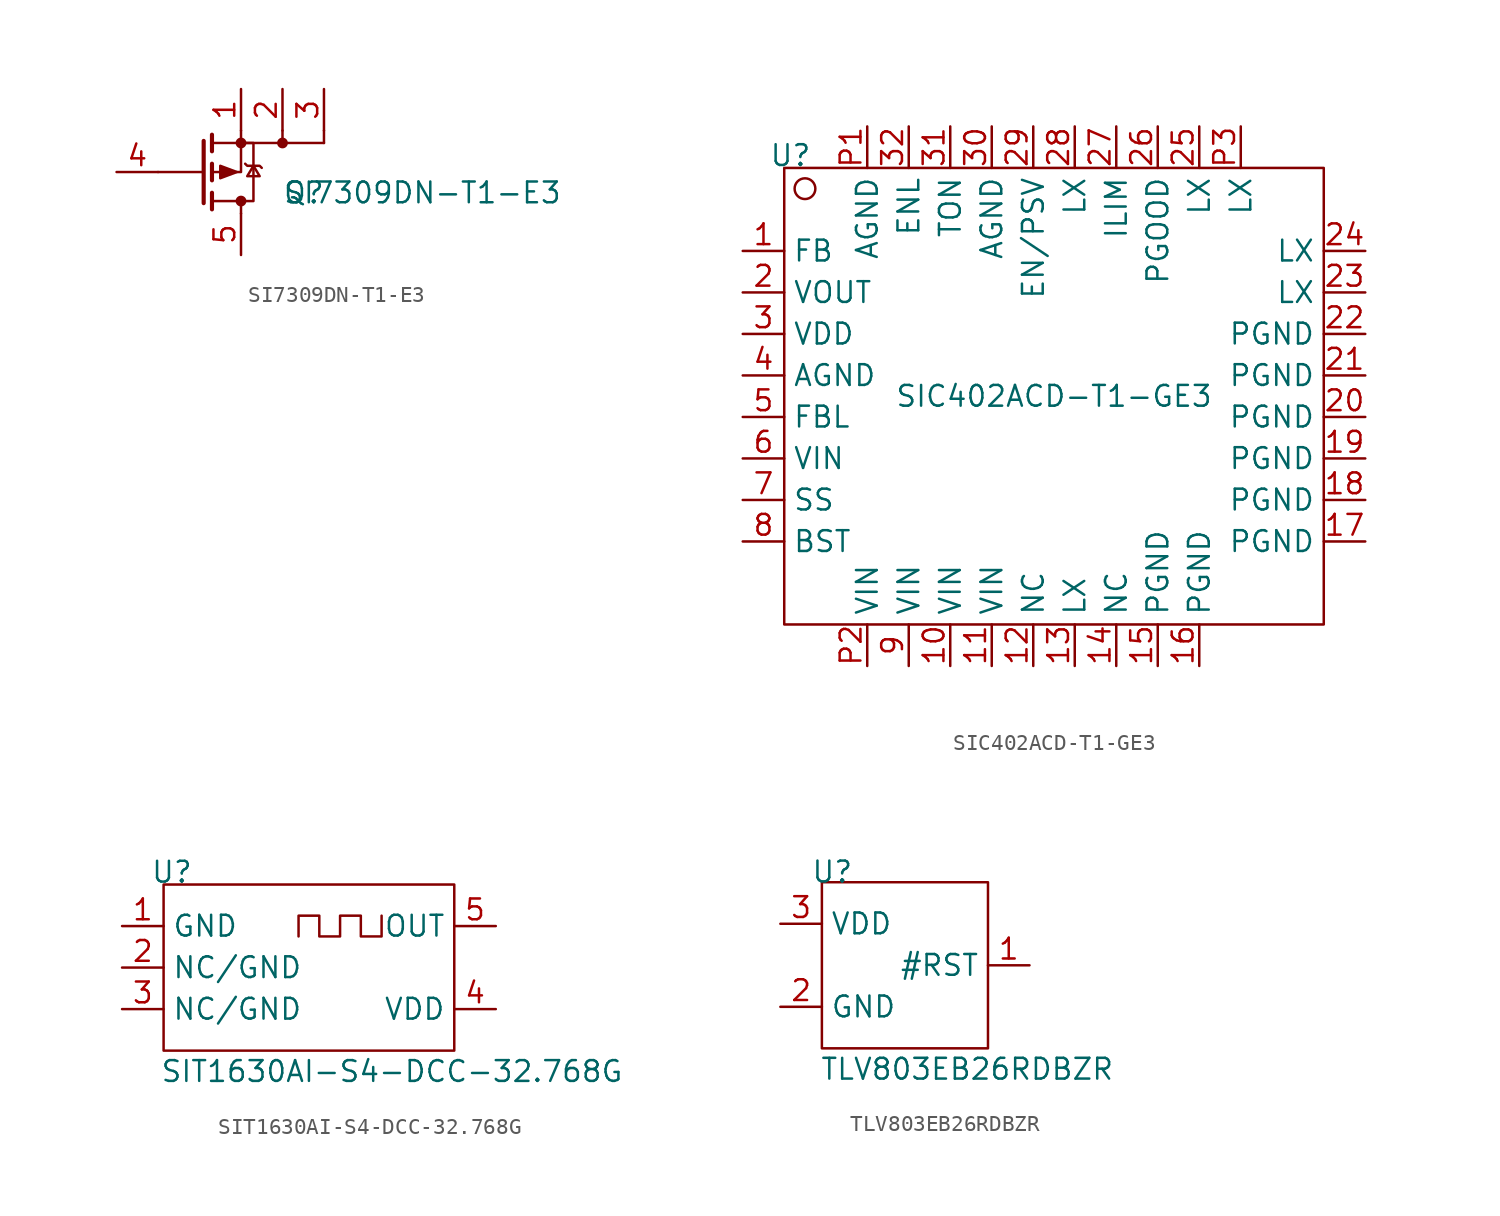
<source format=kicad_sym>
(kicad_symbol_lib
  (version 20230620)
  (generator kicad_symbol_editor)
  (symbol "SI7309DN-T1-E3"
    (pin_names
      (offset 0) hide)
    (property "Reference" "Q"
      (at 5.08 -1.27 0)
      (effects (font (size 1.27 1.27)) (justify left)))
    (property "Value" "SI7309DN-T1-E3"
      (at 5.08 -1.27 0)
      (effects (font (size 1.27 1.27)) (justify left)))
    (symbol "SI7309DN-T1-E3_0_1"
      (polyline (pts (xy 0.254 -1.905) (xy 0.254 1.905)) (stroke (width 0.254) (type default)) (fill (type none)))
      (polyline (pts (xy 0.254 0) (xy -2.54 0)) (stroke (width 0) (type default)) (fill (type none)))
      (polyline (pts (xy 0.762 -2.286) (xy 0.762 -1.27)) (stroke (width 0.254) (type default)) (fill (type none)))
      (polyline (pts (xy 0.762 -0.508) (xy 0.762 0.508)) (stroke (width 0.254) (type default)) (fill (type none)))
      (polyline (pts (xy 0.762 1.27) (xy 0.762 2.286)) (stroke (width 0.254) (type default)) (fill (type none)))
      (polyline (pts (xy 2.54 -2.54) (xy 2.54 -1.778)) (stroke (width 0) (type default)) (fill (type none)))
      (polyline (pts (xy 2.54 1.778) (xy 7.62 1.778)) (stroke (width 0) (type default)) (fill (type none)))
      (polyline (pts (xy 5.08 2.54) (xy 5.08 1.778)) (stroke (width 0) (type default)) (fill (type none)))
      (polyline (pts (xy 7.62 2.54) (xy 7.62 1.778)) (stroke (width 0) (type default)) (fill (type none)))
      (polyline (pts (xy 2.54 2.54) (xy 2.54 0) (xy 0.762 0)) (stroke (width 0) (type default)) (fill (type none)))
      (polyline (pts (xy 0.762 -1.778) (xy 3.302 -1.778) (xy 3.302 1.778) (xy 0.762 1.778)) (stroke (width 0) (type default)) (fill (type none)))
      (polyline (pts (xy 2.286 0) (xy 1.27 -0.381) (xy 1.27 0.381) (xy 2.286 0)) (stroke (width 0) (type default)) (fill (type outline)))
      (polyline (pts (xy 2.794 0.508) (xy 2.921 0.381) (xy 3.683 0.381) (xy 3.81 0.254)) (stroke (width 0) (type default)) (fill (type none)))
      (polyline (pts (xy 3.302 0.381) (xy 2.921 -0.254) (xy 3.683 -0.254) (xy 3.302 0.381)) (stroke (width 0) (type default)) (fill (type none)))
      (circle (center 2.54 -1.778) (radius 0.254) (stroke (width 0) (type default)) (fill (type outline)))
      (circle (center 2.54 1.778) (radius 0.254) (stroke (width 0) (type default)) (fill (type outline)))
      (circle (center 5.08 1.778) (radius 0.254) (stroke (width 0) (type default)) (fill (type outline))))
    (symbol "SI7309DN-T1-E3_1_1"
      (pin passive line (at 2.54 5.08 270) (length 2.54) (name "1" (effects (font (size 1.27 1.27)))) (number "1" (effects (font (size 1.27 1.27)))))
      (pin passive line (at 5.08 5.08 270) (length 2.54) (name "2" (effects (font (size 1.27 1.27)))) (number "2" (effects (font (size 1.27 1.27)))))
      (pin passive line (at 7.62 5.08 270) (length 2.54) (name "3" (effects (font (size 1.27 1.27)))) (number "3" (effects (font (size 1.27 1.27)))))
      (pin input line (at -5.08 0 0) (length 2.54) (name "4" (effects (font (size 1.27 1.27)))) (number "4" (effects (font (size 1.27 1.27)))))
      (pin passive line (at 2.54 -5.08 90) (length 2.54) (name "5" (effects (font (size 1.27 1.27)))) (number "5" (effects (font (size 1.27 1.27)))))))
  (symbol "SIC402ACD-T1-GE3"
    (property "Reference" "U"
      (at 0.381 0.762 0)
      (effects (font (size 1.27 1.27))))
    (property "Value" "SIC402ACD-T1-GE3"
      (at 16.51 -13.97 0)
      (effects (font (size 1.27 1.27))))
    (symbol "SIC402ACD-T1-GE3_0_1"
      (rectangle (start 0 0) (end 33.02 -27.94) (stroke (width 0) (type default)) (fill (type none)))
      (circle (center 1.27 -1.27) (radius 0.635) (stroke (width 0) (type default)) (fill (type none))))
    (symbol "SIC402ACD-T1-GE3_1_1"
      (pin input line (at -2.54 -5.08 0) (length 2.54) (name "FB" (effects (font (size 1.27 1.27)))) (number "1" (effects (font (size 1.27 1.27)))))
      (pin input line (at 10.16 -30.48 90) (length 2.54) (name "VIN" (effects (font (size 1.27 1.27)))) (number "10" (effects (font (size 1.27 1.27)))))
      (pin input line (at 12.7 -30.48 90) (length 2.54) (name "VIN" (effects (font (size 1.27 1.27)))) (number "11" (effects (font (size 1.27 1.27)))))
      (pin input line (at 15.24 -30.48 90) (length 2.54) (name "NC" (effects (font (size 1.27 1.27)))) (number "12" (effects (font (size 1.27 1.27)))))
      (pin input line (at 17.78 -30.48 90) (length 2.54) (name "LX" (effects (font (size 1.27 1.27)))) (number "13" (effects (font (size 1.27 1.27)))))
      (pin input line (at 20.32 -30.48 90) (length 2.54) (name "NC" (effects (font (size 1.27 1.27)))) (number "14" (effects (font (size 1.27 1.27)))))
      (pin input line (at 22.86 -30.48 90) (length 2.54) (name "PGND" (effects (font (size 1.27 1.27)))) (number "15" (effects (font (size 1.27 1.27)))))
      (pin input line (at 25.4 -30.48 90) (length 2.54) (name "PGND" (effects (font (size 1.27 1.27)))) (number "16" (effects (font (size 1.27 1.27)))))
      (pin input line (at 35.56 -22.86 180) (length 2.54) (name "PGND" (effects (font (size 1.27 1.27)))) (number "17" (effects (font (size 1.27 1.27)))))
      (pin input line (at 35.56 -20.32 180) (length 2.54) (name "PGND" (effects (font (size 1.27 1.27)))) (number "18" (effects (font (size 1.27 1.27)))))
      (pin input line (at 35.56 -17.78 180) (length 2.54) (name "PGND" (effects (font (size 1.27 1.27)))) (number "19" (effects (font (size 1.27 1.27)))))
      (pin input line (at -2.54 -7.62 0) (length 2.54) (name "VOUT" (effects (font (size 1.27 1.27)))) (number "2" (effects (font (size 1.27 1.27)))))
      (pin input line (at 35.56 -15.24 180) (length 2.54) (name "PGND" (effects (font (size 1.27 1.27)))) (number "20" (effects (font (size 1.27 1.27)))))
      (pin input line (at 35.56 -12.7 180) (length 2.54) (name "PGND" (effects (font (size 1.27 1.27)))) (number "21" (effects (font (size 1.27 1.27)))))
      (pin input line (at 35.56 -10.16 180) (length 2.54) (name "PGND" (effects (font (size 1.27 1.27)))) (number "22" (effects (font (size 1.27 1.27)))))
      (pin input line (at 35.56 -7.62 180) (length 2.54) (name "LX" (effects (font (size 1.27 1.27)))) (number "23" (effects (font (size 1.27 1.27)))))
      (pin input line (at 35.56 -5.08 180) (length 2.54) (name "LX" (effects (font (size 1.27 1.27)))) (number "24" (effects (font (size 1.27 1.27)))))
      (pin input line (at 25.4 2.54 270) (length 2.54) (name "LX" (effects (font (size 1.27 1.27)))) (number "25" (effects (font (size 1.27 1.27)))))
      (pin input line (at 22.86 2.54 270) (length 2.54) (name "PGOOD" (effects (font (size 1.27 1.27)))) (number "26" (effects (font (size 1.27 1.27)))))
      (pin input line (at 20.32 2.54 270) (length 2.54) (name "ILIM" (effects (font (size 1.27 1.27)))) (number "27" (effects (font (size 1.27 1.27)))))
      (pin input line (at 17.78 2.54 270) (length 2.54) (name "LX" (effects (font (size 1.27 1.27)))) (number "28" (effects (font (size 1.27 1.27)))))
      (pin input line (at 15.24 2.54 270) (length 2.54) (name "EN/PSV" (effects (font (size 1.27 1.27)))) (number "29" (effects (font (size 1.27 1.27)))))
      (pin input line (at -2.54 -10.16 0) (length 2.54) (name "VDD" (effects (font (size 1.27 1.27)))) (number "3" (effects (font (size 1.27 1.27)))))
      (pin input line (at 12.7 2.54 270) (length 2.54) (name "AGND" (effects (font (size 1.27 1.27)))) (number "30" (effects (font (size 1.27 1.27)))))
      (pin input line (at 10.16 2.54 270) (length 2.54) (name "TON" (effects (font (size 1.27 1.27)))) (number "31" (effects (font (size 1.27 1.27)))))
      (pin input line (at 7.62 2.54 270) (length 2.54) (name "ENL" (effects (font (size 1.27 1.27)))) (number "32" (effects (font (size 1.27 1.27)))))
      (pin input line (at -2.54 -12.7 0) (length 2.54) (name "AGND" (effects (font (size 1.27 1.27)))) (number "4" (effects (font (size 1.27 1.27)))))
      (pin input line (at -2.54 -15.24 0) (length 2.54) (name "FBL" (effects (font (size 1.27 1.27)))) (number "5" (effects (font (size 1.27 1.27)))))
      (pin input line (at -2.54 -17.78 0) (length 2.54) (name "VIN" (effects (font (size 1.27 1.27)))) (number "6" (effects (font (size 1.27 1.27)))))
      (pin input line (at -2.54 -20.32 0) (length 2.54) (name "SS" (effects (font (size 1.27 1.27)))) (number "7" (effects (font (size 1.27 1.27)))))
      (pin input line (at -2.54 -22.86 0) (length 2.54) (name "BST" (effects (font (size 1.27 1.27)))) (number "8" (effects (font (size 1.27 1.27)))))
      (pin input line (at 7.62 -30.48 90) (length 2.54) (name "VIN" (effects (font (size 1.27 1.27)))) (number "9" (effects (font (size 1.27 1.27)))))
      (pin input line (at 5.08 2.54 270) (length 2.54) (name "AGND" (effects (font (size 1.27 1.27)))) (number "P1" (effects (font (size 1.27 1.27)))))
      (pin input line (at 5.08 -30.48 90) (length 2.54) (name "VIN" (effects (font (size 1.27 1.27)))) (number "P2" (effects (font (size 1.27 1.27)))))
      (pin input line (at 27.94 2.54 270) (length 2.54) (name "LX" (effects (font (size 1.27 1.27)))) (number "P3" (effects (font (size 1.27 1.27)))))))
  (symbol "SIT1630AI-S4-DCC-32.768G"
    (property "Reference" "U"
      (at 0.508 0.762 0)
      (effects (font (size 1.27 1.27))))
    (property "Value" "SIT1630AI-S4-DCC-32.768G"
      (at 13.97 -11.43 0)
      (effects (font (size 1.27 1.27))))
    (symbol "SIT1630AI-S4-DCC-32.768G_0_1"
      (polyline (pts (xy 8.255 -3.175) (xy 8.255 -1.905) (xy 9.525 -1.905) (xy 9.525 -3.175) (xy 10.795 -3.175) (xy 10.795 -1.905) (xy 12.065 -1.905) (xy 12.065 -3.175) (xy 13.335 -3.175) (xy 13.335 -1.905)) (stroke (width 0) (type default)) (fill (type none)))
      (rectangle (start 0 0) (end 17.78 -10.16) (stroke (width 0) (type default)) (fill (type none))))
    (symbol "SIT1630AI-S4-DCC-32.768G_1_1"
      (pin input line (at -2.54 -2.54 0) (length 2.54) (name "GND" (effects (font (size 1.27 1.27)))) (number "1" (effects (font (size 1.27 1.27)))))
      (pin input line (at -2.54 -5.08 0) (length 2.54) (name "NC/GND" (effects (font (size 1.27 1.27)))) (number "2" (effects (font (size 1.27 1.27)))))
      (pin input line (at -2.54 -7.62 0) (length 2.54) (name "NC/GND" (effects (font (size 1.27 1.27)))) (number "3" (effects (font (size 1.27 1.27)))))
      (pin input line (at 20.32 -7.62 180) (length 2.54) (name "VDD" (effects (font (size 1.27 1.27)))) (number "4" (effects (font (size 1.27 1.27)))))
      (pin input line (at 20.32 -2.54 180) (length 2.54) (name "OUT" (effects (font (size 1.27 1.27)))) (number "5" (effects (font (size 1.27 1.27)))))))
  (symbol "TLV803EB26RDBZR"
    (property "Reference" "U"
      (at 0.635 0.635 0)
      (effects (font (size 1.27 1.27))))
    (property "Value" "TLV803EB26RDBZR"
      (at 8.89 -11.43 0)
      (effects (font (size 1.27 1.27))))
    (symbol "TLV803EB26RDBZR_0_1"
      (rectangle (start 0 0) (end 10.16 -10.16) (stroke (width 0) (type default)) (fill (type none))))
    (symbol "TLV803EB26RDBZR_1_1"
      (pin input line (at 12.7 -5.08 180) (length 2.54) (name "#RST" (effects (font (size 1.27 1.27)))) (number "1" (effects (font (size 1.27 1.27)))))
      (pin input line (at -2.54 -7.62 0) (length 2.54) (name "GND" (effects (font (size 1.27 1.27)))) (number "2" (effects (font (size 1.27 1.27)))))
      (pin input line (at -2.54 -2.54 0) (length 2.54) (name "VDD" (effects (font (size 1.27 1.27)))) (number "3" (effects (font (size 1.27 1.27))))))))
</source>
